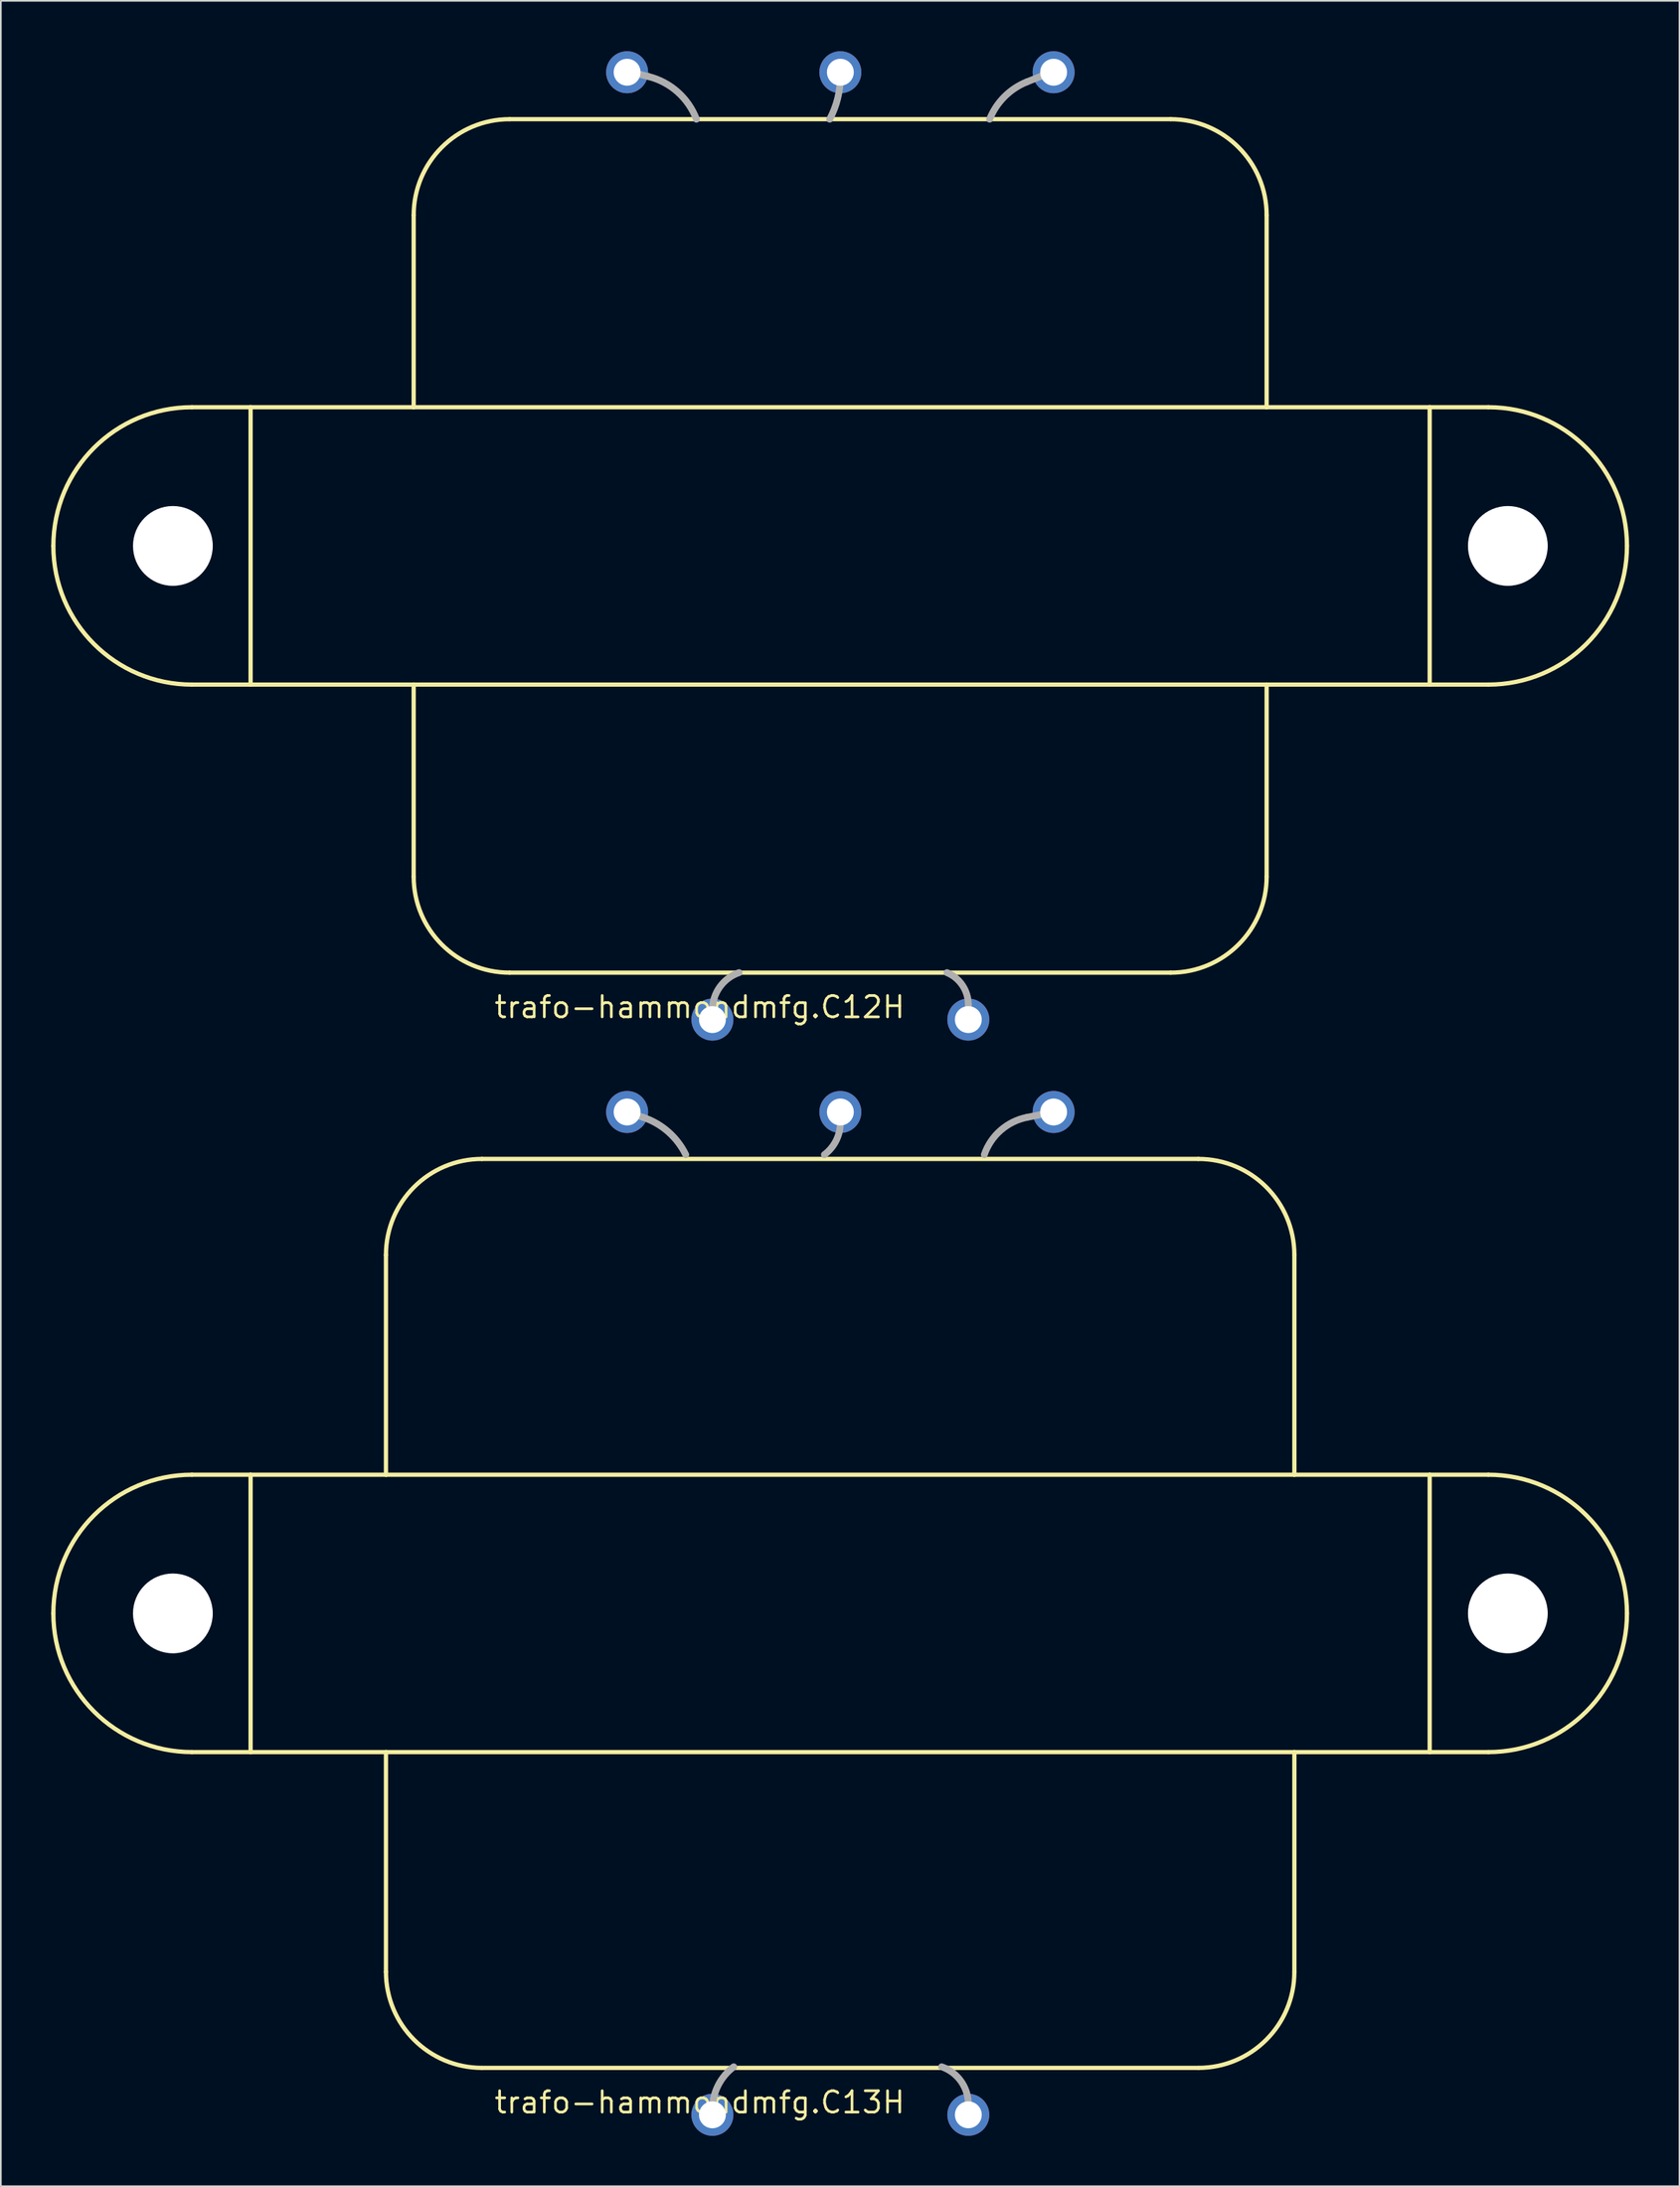
<source format=kicad_pcb>
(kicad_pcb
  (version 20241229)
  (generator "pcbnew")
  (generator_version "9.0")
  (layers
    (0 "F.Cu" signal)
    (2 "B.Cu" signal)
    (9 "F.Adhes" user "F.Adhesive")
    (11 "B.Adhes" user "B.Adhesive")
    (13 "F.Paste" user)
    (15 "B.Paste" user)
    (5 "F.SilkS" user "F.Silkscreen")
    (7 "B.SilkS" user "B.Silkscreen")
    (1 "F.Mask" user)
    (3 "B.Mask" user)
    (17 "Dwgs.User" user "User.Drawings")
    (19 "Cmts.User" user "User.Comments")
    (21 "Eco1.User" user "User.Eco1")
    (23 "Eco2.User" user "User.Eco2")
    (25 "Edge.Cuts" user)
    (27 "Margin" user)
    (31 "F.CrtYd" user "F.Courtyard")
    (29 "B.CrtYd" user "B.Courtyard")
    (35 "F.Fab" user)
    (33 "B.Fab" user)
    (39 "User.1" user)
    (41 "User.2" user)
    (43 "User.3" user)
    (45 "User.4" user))
  (footprint "trafo-hammondmfg.C13H"
    (layer "F.Cu")
    (at 46.997 92.986)
    (property "Reference" "trafo-hammondmfg.C13H" (at -20.7 29.846 0) (layer "F.SilkS") (effects (font (size 1.27 1.27) (thickness 0.16)) (justify left bottom)))
    (attr through_hole)
    (fp_line (start -38.615 8.255) (end -35.123 8.255) (stroke (width 0.254) (type default)) (layer "F.SilkS"))
    (fp_line (start -35.123 -8.255) (end -38.615 -8.255) (stroke (width 0.254) (type default)) (layer "F.SilkS"))
    (fp_line (start -35.123 -8.255) (end -35.123 8.255) (stroke (width 0.254) (type default)) (layer "F.SilkS"))
    (fp_line (start -35.123 8.255) (end -27.062 8.255) (stroke (width 0.254) (type default)) (layer "F.SilkS"))
    (fp_line (start -27.062 -8.255) (end -35.123 -8.255) (stroke (width 0.254) (type default)) (layer "F.SilkS"))
    (fp_line (start -27.062 -8.255) (end -27.062 -21.337) (stroke (width 0.254) (type default)) (layer "F.SilkS"))
    (fp_line (start -27.062 8.255) (end 27.037 8.255) (stroke (width 0.254) (type default)) (layer "F.SilkS"))
    (fp_line (start -27.062 21.337) (end -27.062 8.255) (stroke (width 0.254) (type default)) (layer "F.SilkS"))
    (fp_line (start -21.347 -27.052) (end 21.322 -27.052) (stroke (width 0.254) (type default)) (layer "F.SilkS"))
    (fp_line (start 21.322 27.052) (end -21.347 27.052) (stroke (width 0.254) (type default)) (layer "F.SilkS"))
    (fp_line (start 27.037 -21.337) (end 27.037 -8.255) (stroke (width 0.254) (type default)) (layer "F.SilkS"))
    (fp_line (start 27.037 -8.255) (end -27.062 -8.255) (stroke (width 0.254) (type default)) (layer "F.SilkS"))
    (fp_line (start 27.037 8.255) (end 27.037 21.337) (stroke (width 0.254) (type default)) (layer "F.SilkS"))
    (fp_line (start 27.037 8.255) (end 35.097 8.255) (stroke (width 0.254) (type default)) (layer "F.SilkS"))
    (fp_line (start 35.097 -8.255) (end 27.037 -8.255) (stroke (width 0.254) (type default)) (layer "F.SilkS"))
    (fp_line (start 35.097 -8.255) (end 35.097 8.255) (stroke (width 0.254) (type default)) (layer "F.SilkS"))
    (fp_line (start 35.097 8.255) (end 38.59 8.255) (stroke (width 0.254) (type default)) (layer "F.SilkS"))
    (fp_line (start 38.59 -8.255) (end 35.097 -8.255) (stroke (width 0.254) (type default)) (layer "F.SilkS"))
    (fp_arc (start -46.87 0) (mid -44.452166 -5.837166) (end -38.615 -8.255) (stroke (width 0.254) (type default)) (layer "F.SilkS"))
    (fp_arc (start -38.615 8.255) (mid -44.452166 5.837166) (end -46.87 0) (stroke (width 0.254) (type default)) (layer "F.SilkS"))
    (fp_arc (start -27.062 -21.337) (mid -25.388115 -25.378115) (end -21.347 -27.052) (stroke (width 0.254) (type default)) (layer "F.SilkS"))
    (fp_arc (start -21.347 27.052) (mid -25.388115 25.378115) (end -27.062 21.337) (stroke (width 0.254) (type default)) (layer "F.SilkS"))
    (fp_arc (start 21.322 -27.052) (mid 25.363115 -25.378115) (end 27.037 -21.337) (stroke (width 0.254) (type default)) (layer "F.SilkS"))
    (fp_arc (start 27.037 21.337) (mid 25.363115 25.378115) (end 21.322 27.052) (stroke (width 0.254) (type default)) (layer "F.SilkS"))
    (fp_arc (start 38.59 -8.255) (mid 44.427166 -5.837166) (end 46.845 0) (stroke (width 0.254) (type default)) (layer "F.SilkS"))
    (fp_arc (start 46.845 0) (mid 44.427166 5.837166) (end 38.59 8.255) (stroke (width 0.254) (type default)) (layer "F.SilkS"))
    (fp_line (start -12.7 -29.845) (end -11.748 -29.527) (stroke (width 0.406) (type default)) (layer "F.Fab"))
    (fp_line (start -7.62 29.845) (end -7.62 29.527) (stroke (width 0.406) (type default)) (layer "F.Fab"))
    (fp_line (start 0 -29.845) (end 0 -29.21) (stroke (width 0.406) (type default)) (layer "F.Fab"))
    (fp_line (start 7.62 29.845) (end 7.62 29.21) (stroke (width 0.406) (type default)) (layer "F.Fab"))
    (fp_line (start 12.7 -29.845) (end 11.113 -29.527) (stroke (width 0.406) (type default)) (layer "F.Fab"))
    (fp_arc (start -11.7475 -29.5275) (mid -10.253927 -28.671762) (end -9.2075 -27.305) (stroke (width 0.4064) (type default)) (layer "F.Fab"))
    (fp_arc (start -7.62 29.5275) (mid -7.284806 28.107597) (end -6.35 26.9875) (stroke (width 0.4064) (type default)) (layer "F.Fab"))
    (fp_arc (start 0 -29.21) (mid -0.251395 -28.145073) (end -0.9525 -27.305) (stroke (width 0.4064) (type default)) (layer "F.Fab"))
    (fp_arc (start 6.0325 26.9875) (mid 7.182367 27.844381) (end 7.62 29.21) (stroke (width 0.4064) (type default)) (layer "F.Fab"))
    (fp_arc (start 8.5725 -27.305) (mid 9.546029 -28.755073) (end 11.1125 -29.5275) (stroke (width 0.4064) (type default)) (layer "F.Fab"))
    (pad "" np_thru_hole circle (at -39.751 0) (size 4.75 4.75) (drill 4.75) (layers "*.Cu" "*.Mask"))
    (pad "" np_thru_hole circle (at 39.751 0) (size 4.75 4.75) (drill 4.75) (layers "*.Cu" "*.Mask"))
    (pad "BLK@1" thru_hole circle (at -7.62 29.846) (size 2.5 2.5) (drill 1.6) (layers "*.Cu" "*.Mask"))
    (pad "BLK@2" thru_hole circle (at 7.62 29.846) (size 2.5 2.5) (drill 1.6) (layers "*.Cu" "*.Mask"))
    (pad "GRN/YEL" thru_hole circle (at 0 -29.846) (size 2.5 2.5) (drill 1.6) (layers "*.Cu" "*.Mask"))
    (pad "GRN@1" thru_hole circle (at -12.7 -29.846) (size 2.5 2.5) (drill 1.6) (layers "*.Cu" "*.Mask"))
    (pad "GRN@2" thru_hole circle (at 12.7 -29.846) (size 2.5 2.5) (drill 1.6) (layers "*.Cu" "*.Mask")))
  (footprint "trafo-hammondmfg.C12H"
    (layer "F.Cu")
    (at 46.997 29.445)
    (property "Reference" "trafo-hammondmfg.C12H" (at -20.7 28.195 0) (layer "F.SilkS") (effects (font (size 1.27 1.27) (thickness 0.16)) (justify left bottom)))
    (attr through_hole)
    (fp_line (start -38.615 8.255) (end -35.123 8.255) (stroke (width 0.254) (type default)) (layer "F.SilkS"))
    (fp_line (start -35.123 -8.255) (end -38.615 -8.255) (stroke (width 0.254) (type default)) (layer "F.SilkS"))
    (fp_line (start -35.123 -8.255) (end -35.123 8.255) (stroke (width 0.254) (type default)) (layer "F.SilkS"))
    (fp_line (start -35.123 8.255) (end -25.411 8.255) (stroke (width 0.254) (type default)) (layer "F.SilkS"))
    (fp_line (start -25.411 -8.255) (end -35.123 -8.255) (stroke (width 0.254) (type default)) (layer "F.SilkS"))
    (fp_line (start -25.411 -8.255) (end -25.411 -19.686) (stroke (width 0.254) (type default)) (layer "F.SilkS"))
    (fp_line (start -25.411 8.255) (end 25.386 8.255) (stroke (width 0.254) (type default)) (layer "F.SilkS"))
    (fp_line (start -25.411 19.686) (end -25.411 8.255) (stroke (width 0.254) (type default)) (layer "F.SilkS"))
    (fp_line (start -19.696 -25.401) (end 19.671 -25.401) (stroke (width 0.254) (type default)) (layer "F.SilkS"))
    (fp_line (start 19.671 25.401) (end -19.696 25.401) (stroke (width 0.254) (type default)) (layer "F.SilkS"))
    (fp_line (start 25.386 -19.686) (end 25.386 -8.255) (stroke (width 0.254) (type default)) (layer "F.SilkS"))
    (fp_line (start 25.386 -8.255) (end -25.411 -8.255) (stroke (width 0.254) (type default)) (layer "F.SilkS"))
    (fp_line (start 25.386 8.255) (end 25.386 19.686) (stroke (width 0.254) (type default)) (layer "F.SilkS"))
    (fp_line (start 25.386 8.255) (end 35.097 8.255) (stroke (width 0.254) (type default)) (layer "F.SilkS"))
    (fp_line (start 35.097 -8.255) (end 25.386 -8.255) (stroke (width 0.254) (type default)) (layer "F.SilkS"))
    (fp_line (start 35.097 -8.255) (end 35.097 8.255) (stroke (width 0.254) (type default)) (layer "F.SilkS"))
    (fp_line (start 35.097 8.255) (end 38.59 8.255) (stroke (width 0.254) (type default)) (layer "F.SilkS"))
    (fp_line (start 38.59 -8.255) (end 35.097 -8.255) (stroke (width 0.254) (type default)) (layer "F.SilkS"))
    (fp_arc (start -46.87 0) (mid -44.452166 -5.837166) (end -38.615 -8.255) (stroke (width 0.254) (type default)) (layer "F.SilkS"))
    (fp_arc (start -38.615 8.255) (mid -44.452166 5.837166) (end -46.87 0) (stroke (width 0.254) (type default)) (layer "F.SilkS"))
    (fp_arc (start -25.411 -19.686) (mid -23.737115 -23.727115) (end -19.696 -25.401) (stroke (width 0.254) (type default)) (layer "F.SilkS"))
    (fp_arc (start -19.696 25.401) (mid -23.737115 23.727115) (end -25.411 19.686) (stroke (width 0.254) (type default)) (layer "F.SilkS"))
    (fp_arc (start 19.671 -25.401) (mid 23.712115 -23.727115) (end 25.386 -19.686) (stroke (width 0.254) (type default)) (layer "F.SilkS"))
    (fp_arc (start 25.386 19.686) (mid 23.712115 23.727115) (end 19.671 25.401) (stroke (width 0.254) (type default)) (layer "F.SilkS"))
    (fp_arc (start 38.59 -8.255) (mid 44.427166 -5.837166) (end 46.845 0) (stroke (width 0.254) (type default)) (layer "F.SilkS"))
    (fp_arc (start 46.845 0) (mid 44.427166 5.837166) (end 38.59 8.255) (stroke (width 0.254) (type default)) (layer "F.SilkS"))
    (fp_line (start -12.7 -28.258) (end -11.43 -27.94) (stroke (width 0.406) (type default)) (layer "F.Fab"))
    (fp_line (start -7.62 27.94) (end -7.62 27.622) (stroke (width 0.406) (type default)) (layer "F.Fab"))
    (fp_line (start 0 -28.258) (end 0 -27.94) (stroke (width 0.406) (type default)) (layer "F.Fab"))
    (fp_line (start 7.62 27.94) (end 7.62 27.305) (stroke (width 0.406) (type default)) (layer "F.Fab"))
    (fp_line (start 12.7 -28.258) (end 11.113 -27.622) (stroke (width 0.406) (type default)) (layer "F.Fab"))
    (fp_arc (start -11.43 -27.94) (mid -9.68934 -27.020899) (end -8.5725 -25.4) (stroke (width 0.4064) (type default)) (layer "F.Fab"))
    (fp_arc (start -7.62 27.6225) (mid -7.182367 26.256881) (end -6.0325 25.4) (stroke (width 0.4064) (type default)) (layer "F.Fab"))
    (fp_arc (start 0 -27.94) (mid -0.161156 -26.630914) (end -0.635 -25.4) (stroke (width 0.4064) (type default)) (layer "F.Fab"))
    (fp_arc (start 6.35 25.4) (mid 7.273394 26.160237) (end 7.62 27.305) (stroke (width 0.4064) (type default)) (layer "F.Fab"))
    (fp_arc (start 8.89 -25.4) (mid 9.773157 -26.739343) (end 11.1125 -27.6225) (stroke (width 0.4064) (type default)) (layer "F.Fab"))
    (pad "" np_thru_hole circle (at -39.751 0) (size 4.75 4.75) (drill 4.75) (layers "*.Cu" "*.Mask"))
    (pad "" np_thru_hole circle (at 39.751 0) (size 4.75 4.75) (drill 4.75) (layers "*.Cu" "*.Mask"))
    (pad "BLK@1" thru_hole circle (at -7.62 28.195) (size 2.5 2.5) (drill 1.6) (layers "*.Cu" "*.Mask"))
    (pad "BLK@2" thru_hole circle (at 7.62 28.195) (size 2.5 2.5) (drill 1.6) (layers "*.Cu" "*.Mask"))
    (pad "GRN/YEL" thru_hole circle (at 0 -28.195) (size 2.5 2.5) (drill 1.6) (layers "*.Cu" "*.Mask"))
    (pad "GRN@1" thru_hole circle (at -12.7 -28.195) (size 2.5 2.5) (drill 1.6) (layers "*.Cu" "*.Mask"))
    (pad "GRN@2" thru_hole circle (at 12.7 -28.195) (size 2.5 2.5) (drill 1.6) (layers "*.Cu" "*.Mask")))
  (gr_rect
    (start -3 -3)
    (end 96.969 127.082)
    (stroke (width 0.1) (type default))
    (fill no)
    (layer "Edge.Cuts")))
</source>
